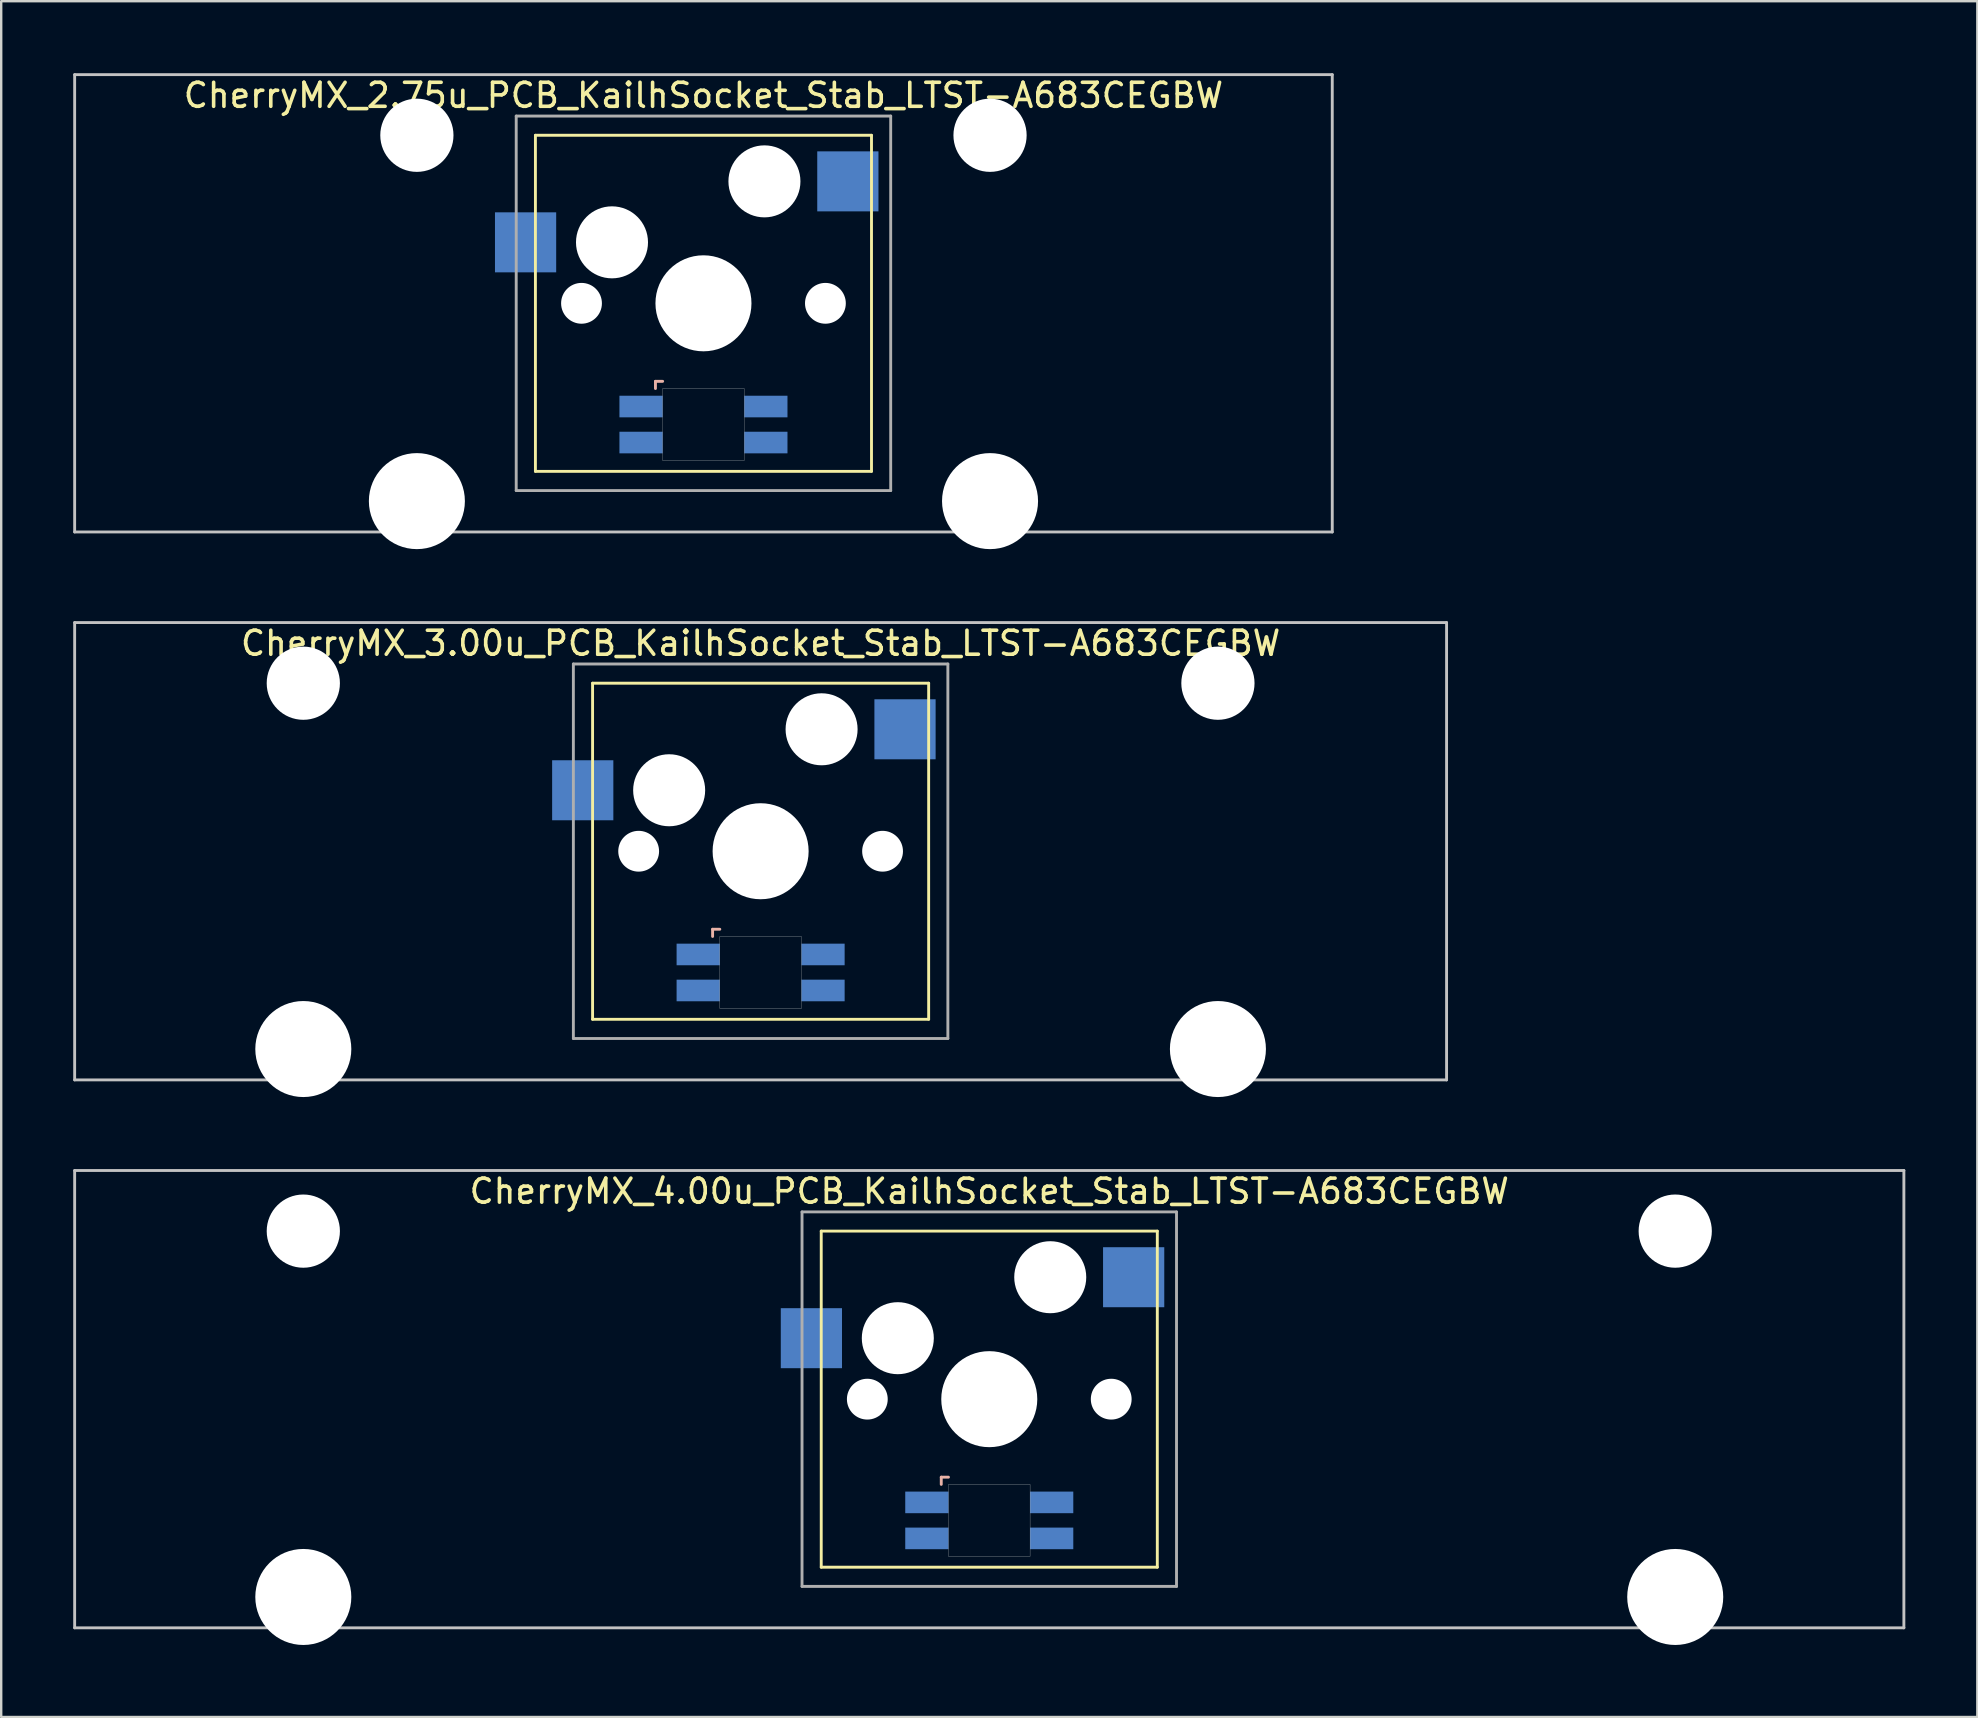
<source format=kicad_pcb>
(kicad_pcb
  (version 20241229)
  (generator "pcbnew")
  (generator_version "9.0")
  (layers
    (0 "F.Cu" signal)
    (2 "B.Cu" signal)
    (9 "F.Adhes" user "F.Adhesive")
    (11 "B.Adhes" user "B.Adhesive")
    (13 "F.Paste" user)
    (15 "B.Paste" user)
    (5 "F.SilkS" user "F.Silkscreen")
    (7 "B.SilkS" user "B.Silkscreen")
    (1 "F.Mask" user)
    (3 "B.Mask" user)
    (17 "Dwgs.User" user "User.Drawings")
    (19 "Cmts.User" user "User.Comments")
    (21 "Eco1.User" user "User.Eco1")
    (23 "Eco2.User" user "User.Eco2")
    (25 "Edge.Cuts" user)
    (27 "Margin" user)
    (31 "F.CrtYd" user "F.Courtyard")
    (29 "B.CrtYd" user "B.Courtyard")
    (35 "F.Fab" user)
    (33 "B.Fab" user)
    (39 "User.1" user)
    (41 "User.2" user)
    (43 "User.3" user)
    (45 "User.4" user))
  (footprint "CherryMX_3.00u_PCB_KailhSocket_Stab_LTST-A683CEGBW"
    (layer "F.Cu")
    (at 28.635 32.41)
    (property "Reference" "CherryMX_3.00u_PCB_KailhSocket_Stab_LTST-A683CEGBW" (at 0 -8.662 0) (layer "F.SilkS") (effects (font (size 1 1) (thickness 0.15))))
    (attr through_hole)
    (fp_line (start -7 -7) (end -7 7) (stroke (width 0.12) (type solid)) (layer "F.SilkS"))
    (fp_line (start -7 -7) (end 7 -7) (stroke (width 0.12) (type solid)) (layer "F.SilkS"))
    (fp_line (start 7 -7) (end 7 7) (stroke (width 0.12) (type solid)) (layer "F.SilkS"))
    (fp_line (start 7 7) (end -7 7) (stroke (width 0.12) (type solid)) (layer "F.SilkS"))
    (fp_line (start -2 3.25) (end -2 3.55) (stroke (width 0.12) (type solid)) (layer "B.SilkS"))
    (fp_line (start -1.7 3.25) (end -2 3.25) (stroke (width 0.12) (type solid)) (layer "B.SilkS"))
    (fp_line (start -28.575 -9.525) (end 28.575 -9.525) (stroke (width 0.12) (type solid)) (layer "Dwgs.User"))
    (fp_line (start -28.575 9.525) (end -28.575 -9.525) (stroke (width 0.12) (type solid)) (layer "Dwgs.User"))
    (fp_line (start 28.575 -9.525) (end 28.575 9.525) (stroke (width 0.12) (type solid)) (layer "Dwgs.User"))
    (fp_line (start 28.575 9.525) (end -28.575 9.525) (stroke (width 0.12) (type solid)) (layer "Dwgs.User"))
    (fp_poly (pts (xy 1.7 6.55) (xy -1.7 6.55) (xy -1.7 3.55) (xy 1.7 3.55)) (stroke (width 0.01) (type solid)) (fill no) (layer "Edge.Cuts"))
    (fp_line (start -7.8 -7.8) (end -7.8 7.8) (stroke (width 0.12) (type solid)) (layer "F.Fab"))
    (fp_line (start -7.8 -7.8) (end 7.8 -7.8) (stroke (width 0.12) (type solid)) (layer "F.Fab"))
    (fp_line (start -7.8 7.8) (end 7.8 7.8) (stroke (width 0.12) (type solid)) (layer "F.Fab"))
    (fp_line (start 7.8 -7.8) (end 7.8 7.8) (stroke (width 0.12) (type solid)) (layer "F.Fab"))
    (pad "" np_thru_hole circle (at -19.05 -7) (size 3.05 3.05) (drill 3.05) (layers "*.Cu" "*.Mask"))
    (pad "" np_thru_hole circle (at -19.05 8.24) (size 4 4) (drill 4) (layers "*.Cu" "*.Mask"))
    (pad "" np_thru_hole circle (at -5.08 0) (size 1.7 1.7) (drill 1.7) (layers "*.Cu" "*.Mask"))
    (pad "" np_thru_hole circle (at -3.81 -2.54) (size 3 3) (drill 3) (layers "*.Cu" "*.Mask"))
    (pad "" np_thru_hole circle (at 0 0) (size 4 4) (drill 4) (layers "*.Cu" "*.Mask"))
    (pad "" np_thru_hole circle (at 2.54 -5.08) (size 3 3) (drill 3) (layers "*.Cu" "*.Mask"))
    (pad "" np_thru_hole circle (at 5.08 0) (size 1.7 1.7) (drill 1.7) (layers "*.Cu" "*.Mask"))
    (pad "" np_thru_hole circle (at 19.05 -7) (size 3.05 3.05) (drill 3.05) (layers "*.Cu" "*.Mask"))
    (pad "" np_thru_hole circle (at 19.05 8.24) (size 4 4) (drill 4) (layers "*.Cu" "*.Mask"))
    (pad "1" smd rect (at -7.41 -2.54) (size 2.55 2.5) (layers "B.Cu" "B.Mask" "B.Paste"))
    (pad "2" smd rect (at 6.015 -5.08) (size 2.55 2.5) (layers "B.Cu" "B.Mask" "B.Paste"))
    (pad "3" smd rect (at -2.6 4.3) (size 1.8 0.9) (layers "B.Cu" "B.Mask" "B.Paste"))
    (pad "4" smd rect (at -2.6 5.8) (size 1.8 0.9) (layers "B.Cu" "B.Mask" "B.Paste"))
    (pad "5" smd rect (at 2.6 4.3) (size 1.8 0.9) (layers "B.Cu" "B.Mask" "B.Paste"))
    (pad "6" smd rect (at 2.6 5.8) (size 1.8 0.9) (layers "B.Cu" "B.Mask" "B.Paste")))
  (footprint "CherryMX_2.75u_PCB_KailhSocket_Stab_LTST-A683CEGBW"
    (layer "F.Cu")
    (at 26.254 9.585)
    (property "Reference" "CherryMX_2.75u_PCB_KailhSocket_Stab_LTST-A683CEGBW" (at 0 -8.662 0) (layer "F.SilkS") (effects (font (size 1 1) (thickness 0.15))))
    (attr through_hole)
    (fp_line (start -7 -7) (end -7 7) (stroke (width 0.12) (type solid)) (layer "F.SilkS"))
    (fp_line (start -7 -7) (end 7 -7) (stroke (width 0.12) (type solid)) (layer "F.SilkS"))
    (fp_line (start 7 -7) (end 7 7) (stroke (width 0.12) (type solid)) (layer "F.SilkS"))
    (fp_line (start 7 7) (end -7 7) (stroke (width 0.12) (type solid)) (layer "F.SilkS"))
    (fp_line (start -2 3.25) (end -2 3.55) (stroke (width 0.12) (type solid)) (layer "B.SilkS"))
    (fp_line (start -1.7 3.25) (end -2 3.25) (stroke (width 0.12) (type solid)) (layer "B.SilkS"))
    (fp_line (start -26.194 -9.525) (end 26.194 -9.525) (stroke (width 0.12) (type solid)) (layer "Dwgs.User"))
    (fp_line (start -26.194 9.525) (end -26.194 -9.525) (stroke (width 0.12) (type solid)) (layer "Dwgs.User"))
    (fp_line (start 26.194 -9.525) (end 26.194 9.525) (stroke (width 0.12) (type solid)) (layer "Dwgs.User"))
    (fp_line (start 26.194 9.525) (end -26.194 9.525) (stroke (width 0.12) (type solid)) (layer "Dwgs.User"))
    (fp_poly (pts (xy 1.7 6.55) (xy -1.7 6.55) (xy -1.7 3.55) (xy 1.7 3.55)) (stroke (width 0.01) (type solid)) (fill no) (layer "Edge.Cuts"))
    (fp_line (start -7.8 -7.8) (end -7.8 7.8) (stroke (width 0.12) (type solid)) (layer "F.Fab"))
    (fp_line (start -7.8 -7.8) (end 7.8 -7.8) (stroke (width 0.12) (type solid)) (layer "F.Fab"))
    (fp_line (start -7.8 7.8) (end 7.8 7.8) (stroke (width 0.12) (type solid)) (layer "F.Fab"))
    (fp_line (start 7.8 -7.8) (end 7.8 7.8) (stroke (width 0.12) (type solid)) (layer "F.Fab"))
    (pad "" np_thru_hole circle (at -11.938 -7) (size 3.05 3.05) (drill 3.05) (layers "*.Cu" "*.Mask"))
    (pad "" np_thru_hole circle (at -11.938 8.24) (size 4 4) (drill 4) (layers "*.Cu" "*.Mask"))
    (pad "" np_thru_hole circle (at -5.08 0) (size 1.7 1.7) (drill 1.7) (layers "*.Cu" "*.Mask"))
    (pad "" np_thru_hole circle (at -3.81 -2.54) (size 3 3) (drill 3) (layers "*.Cu" "*.Mask"))
    (pad "" np_thru_hole circle (at 0 0) (size 4 4) (drill 4) (layers "*.Cu" "*.Mask"))
    (pad "" np_thru_hole circle (at 2.54 -5.08) (size 3 3) (drill 3) (layers "*.Cu" "*.Mask"))
    (pad "" np_thru_hole circle (at 5.08 0) (size 1.7 1.7) (drill 1.7) (layers "*.Cu" "*.Mask"))
    (pad "" np_thru_hole circle (at 11.938 -7) (size 3.05 3.05) (drill 3.05) (layers "*.Cu" "*.Mask"))
    (pad "" np_thru_hole circle (at 11.938 8.24) (size 4 4) (drill 4) (layers "*.Cu" "*.Mask"))
    (pad "1" smd rect (at -7.41 -2.54) (size 2.55 2.5) (layers "B.Cu" "B.Mask" "B.Paste"))
    (pad "2" smd rect (at 6.015 -5.08) (size 2.55 2.5) (layers "B.Cu" "B.Mask" "B.Paste"))
    (pad "3" smd rect (at -2.6 4.3) (size 1.8 0.9) (layers "B.Cu" "B.Mask" "B.Paste"))
    (pad "4" smd rect (at -2.6 5.8) (size 1.8 0.9) (layers "B.Cu" "B.Mask" "B.Paste"))
    (pad "5" smd rect (at 2.6 4.3) (size 1.8 0.9) (layers "B.Cu" "B.Mask" "B.Paste"))
    (pad "6" smd rect (at 2.6 5.8) (size 1.8 0.9) (layers "B.Cu" "B.Mask" "B.Paste")))
  (footprint "CherryMX_4.00u_PCB_KailhSocket_Stab_LTST-A683CEGBW"
    (layer "F.Cu")
    (at 38.16 55.235)
    (property "Reference" "CherryMX_4.00u_PCB_KailhSocket_Stab_LTST-A683CEGBW" (at 0 -8.662 0) (layer "F.SilkS") (effects (font (size 1 1) (thickness 0.15))))
    (attr through_hole)
    (fp_line (start -7 -7) (end -7 7) (stroke (width 0.12) (type solid)) (layer "F.SilkS"))
    (fp_line (start -7 -7) (end 7 -7) (stroke (width 0.12) (type solid)) (layer "F.SilkS"))
    (fp_line (start 7 -7) (end 7 7) (stroke (width 0.12) (type solid)) (layer "F.SilkS"))
    (fp_line (start 7 7) (end -7 7) (stroke (width 0.12) (type solid)) (layer "F.SilkS"))
    (fp_line (start -2 3.25) (end -2 3.55) (stroke (width 0.12) (type solid)) (layer "B.SilkS"))
    (fp_line (start -1.7 3.25) (end -2 3.25) (stroke (width 0.12) (type solid)) (layer "B.SilkS"))
    (fp_line (start -38.1 -9.525) (end 38.1 -9.525) (stroke (width 0.12) (type solid)) (layer "Dwgs.User"))
    (fp_line (start -38.1 9.525) (end -38.1 -9.525) (stroke (width 0.12) (type solid)) (layer "Dwgs.User"))
    (fp_line (start 38.1 -9.525) (end 38.1 9.525) (stroke (width 0.12) (type solid)) (layer "Dwgs.User"))
    (fp_line (start 38.1 9.525) (end -38.1 9.525) (stroke (width 0.12) (type solid)) (layer "Dwgs.User"))
    (fp_poly (pts (xy 1.7 6.55) (xy -1.7 6.55) (xy -1.7 3.55) (xy 1.7 3.55)) (stroke (width 0.01) (type solid)) (fill no) (layer "Edge.Cuts"))
    (fp_line (start -7.8 -7.8) (end -7.8 7.8) (stroke (width 0.12) (type solid)) (layer "F.Fab"))
    (fp_line (start -7.8 -7.8) (end 7.8 -7.8) (stroke (width 0.12) (type solid)) (layer "F.Fab"))
    (fp_line (start -7.8 7.8) (end 7.8 7.8) (stroke (width 0.12) (type solid)) (layer "F.Fab"))
    (fp_line (start 7.8 -7.8) (end 7.8 7.8) (stroke (width 0.12) (type solid)) (layer "F.Fab"))
    (pad "" np_thru_hole circle (at -28.575 -7) (size 3.05 3.05) (drill 3.05) (layers "*.Cu" "*.Mask"))
    (pad "" np_thru_hole circle (at -28.575 8.24) (size 4 4) (drill 4) (layers "*.Cu" "*.Mask"))
    (pad "" np_thru_hole circle (at -5.08 0) (size 1.7 1.7) (drill 1.7) (layers "*.Cu" "*.Mask"))
    (pad "" np_thru_hole circle (at -3.81 -2.54) (size 3 3) (drill 3) (layers "*.Cu" "*.Mask"))
    (pad "" np_thru_hole circle (at 0 0) (size 4 4) (drill 4) (layers "*.Cu" "*.Mask"))
    (pad "" np_thru_hole circle (at 2.54 -5.08) (size 3 3) (drill 3) (layers "*.Cu" "*.Mask"))
    (pad "" np_thru_hole circle (at 5.08 0) (size 1.7 1.7) (drill 1.7) (layers "*.Cu" "*.Mask"))
    (pad "" np_thru_hole circle (at 28.575 -7) (size 3.05 3.05) (drill 3.05) (layers "*.Cu" "*.Mask"))
    (pad "" np_thru_hole circle (at 28.575 8.24) (size 4 4) (drill 4) (layers "*.Cu" "*.Mask"))
    (pad "1" smd rect (at -7.41 -2.54) (size 2.55 2.5) (layers "B.Cu" "B.Mask" "B.Paste"))
    (pad "2" smd rect (at 6.015 -5.08) (size 2.55 2.5) (layers "B.Cu" "B.Mask" "B.Paste"))
    (pad "3" smd rect (at -2.6 4.3) (size 1.8 0.9) (layers "B.Cu" "B.Mask" "B.Paste"))
    (pad "4" smd rect (at -2.6 5.8) (size 1.8 0.9) (layers "B.Cu" "B.Mask" "B.Paste"))
    (pad "5" smd rect (at 2.6 4.3) (size 1.8 0.9) (layers "B.Cu" "B.Mask" "B.Paste"))
    (pad "6" smd rect (at 2.6 5.8) (size 1.8 0.9) (layers "B.Cu" "B.Mask" "B.Paste")))
  (gr_rect
    (start -3 -3)
    (end 79.32 68.475)
    (stroke (width 0.1) (type default))
    (fill no)
    (layer "Edge.Cuts")))
</source>
